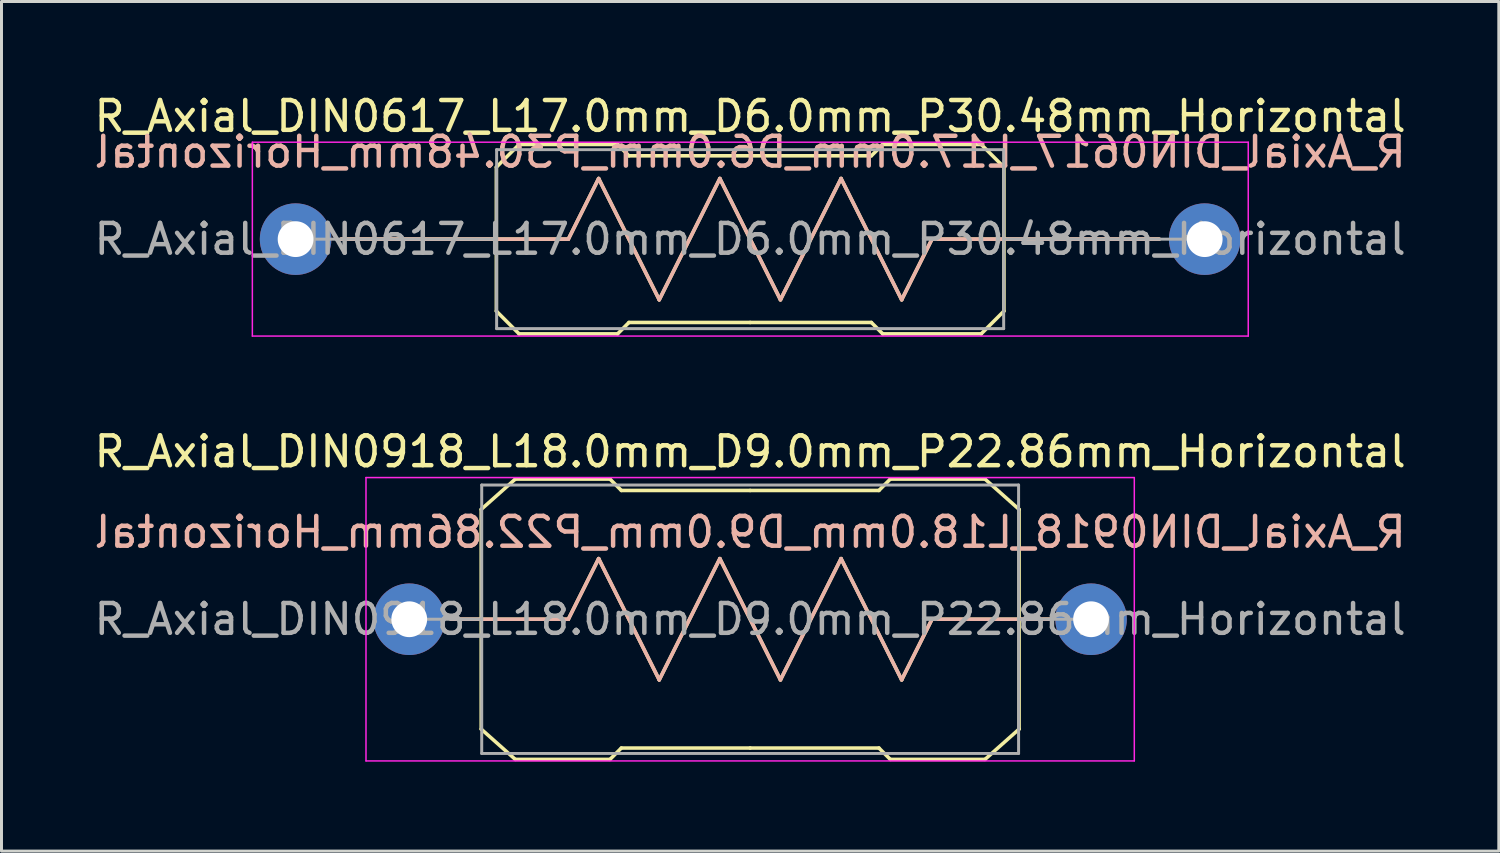
<source format=kicad_pcb>
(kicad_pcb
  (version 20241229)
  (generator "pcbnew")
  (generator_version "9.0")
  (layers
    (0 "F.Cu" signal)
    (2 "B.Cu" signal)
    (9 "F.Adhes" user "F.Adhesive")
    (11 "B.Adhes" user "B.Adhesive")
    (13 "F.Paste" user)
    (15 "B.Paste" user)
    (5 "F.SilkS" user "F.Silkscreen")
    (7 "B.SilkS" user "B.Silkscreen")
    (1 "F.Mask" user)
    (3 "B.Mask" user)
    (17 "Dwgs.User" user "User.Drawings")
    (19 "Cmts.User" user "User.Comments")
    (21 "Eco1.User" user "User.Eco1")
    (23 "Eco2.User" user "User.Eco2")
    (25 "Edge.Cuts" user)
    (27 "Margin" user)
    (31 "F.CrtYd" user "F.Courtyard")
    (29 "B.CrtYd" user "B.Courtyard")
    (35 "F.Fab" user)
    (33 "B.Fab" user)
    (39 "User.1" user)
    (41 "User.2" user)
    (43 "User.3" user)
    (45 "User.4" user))
  (footprint "R_Axial_DIN0617_L17.0mm_D6.0mm_P30.48mm_Horizontal"
    (layer "F.Cu")
    (at 6.861 4.968)
    (property "Reference" "R_Axial_DIN0617_L17.0mm_D6.0mm_P30.48mm_Horizontal" (at 15.24 -4.12 0) (layer "F.SilkS") (effects (font (size 1 1) (thickness 0.15))))
    (attr through_hole)
    (fp_line (start 6.731 -2.413) (end 6.731 2.413) (stroke (width 0.12) (type solid)) (layer "F.SilkS"))
    (fp_line (start 6.731 -2.413) (end 7.493 -3.175) (stroke (width 0.12) (type solid)) (layer "F.SilkS"))
    (fp_line (start 6.731 0) (end 1.524 0) (stroke (width 0.12) (type solid)) (layer "F.SilkS"))
    (fp_line (start 6.731 0) (end 9.144 0) (stroke (width 0.12) (type solid)) (layer "F.SilkS"))
    (fp_line (start 6.731 2.413) (end 7.493 3.175) (stroke (width 0.12) (type solid)) (layer "F.SilkS"))
    (fp_line (start 7.493 -3.175) (end 10.795 -3.175) (stroke (width 0.12) (type solid)) (layer "F.SilkS"))
    (fp_line (start 7.493 3.175) (end 10.795 3.175) (stroke (width 0.12) (type solid)) (layer "F.SilkS"))
    (fp_line (start 9.144 0) (end 10.16 -2.032) (stroke (width 0.12) (type solid)) (layer "F.SilkS"))
    (fp_line (start 10.16 -2.032) (end 12.192 2.032) (stroke (width 0.12) (type solid)) (layer "F.SilkS"))
    (fp_line (start 10.795 -3.175) (end 11.176 -2.794) (stroke (width 0.12) (type solid)) (layer "F.SilkS"))
    (fp_line (start 10.795 3.175) (end 11.176 2.794) (stroke (width 0.12) (type solid)) (layer "F.SilkS"))
    (fp_line (start 11.176 -2.794) (end 15.24 -2.794) (stroke (width 0.12) (type solid)) (layer "F.SilkS"))
    (fp_line (start 11.176 2.794) (end 15.24 2.794) (stroke (width 0.12) (type solid)) (layer "F.SilkS"))
    (fp_line (start 12.192 2.032) (end 14.224 -2.032) (stroke (width 0.12) (type solid)) (layer "F.SilkS"))
    (fp_line (start 14.224 -2.032) (end 16.256 2.032) (stroke (width 0.12) (type solid)) (layer "F.SilkS"))
    (fp_line (start 16.256 2.032) (end 18.288 -2.032) (stroke (width 0.12) (type solid)) (layer "F.SilkS"))
    (fp_line (start 18.288 -2.032) (end 20.32 2.032) (stroke (width 0.12) (type solid)) (layer "F.SilkS"))
    (fp_line (start 19.304 -2.794) (end 15.24 -2.794) (stroke (width 0.12) (type solid)) (layer "F.SilkS"))
    (fp_line (start 19.304 2.794) (end 15.24 2.794) (stroke (width 0.12) (type solid)) (layer "F.SilkS"))
    (fp_line (start 19.685 -3.175) (end 19.304 -2.794) (stroke (width 0.12) (type solid)) (layer "F.SilkS"))
    (fp_line (start 19.685 3.175) (end 19.304 2.794) (stroke (width 0.12) (type solid)) (layer "F.SilkS"))
    (fp_line (start 20.32 2.032) (end 21.336 0) (stroke (width 0.12) (type solid)) (layer "F.SilkS"))
    (fp_line (start 22.987 -3.175) (end 19.685 -3.175) (stroke (width 0.12) (type solid)) (layer "F.SilkS"))
    (fp_line (start 22.987 3.175) (end 19.685 3.175) (stroke (width 0.12) (type solid)) (layer "F.SilkS"))
    (fp_line (start 23.749 -2.413) (end 22.987 -3.175) (stroke (width 0.12) (type solid)) (layer "F.SilkS"))
    (fp_line (start 23.749 0) (end 21.336 0) (stroke (width 0.12) (type solid)) (layer "F.SilkS"))
    (fp_line (start 23.749 0) (end 28.956 0) (stroke (width 0.12) (type solid)) (layer "F.SilkS"))
    (fp_line (start 23.749 2.413) (end 22.987 3.175) (stroke (width 0.12) (type solid)) (layer "F.SilkS"))
    (fp_line (start 23.749 2.413) (end 23.749 -2.413) (stroke (width 0.12) (type solid)) (layer "F.SilkS"))
    (fp_line (start 1.524 0) (end 9.144 0) (stroke (width 0.12) (type solid)) (layer "B.SilkS"))
    (fp_line (start 9.144 0) (end 10.16 -2.032) (stroke (width 0.12) (type solid)) (layer "B.SilkS"))
    (fp_line (start 10.16 -2.032) (end 12.192 2.032) (stroke (width 0.12) (type solid)) (layer "B.SilkS"))
    (fp_line (start 12.192 2.032) (end 14.224 -2.032) (stroke (width 0.12) (type solid)) (layer "B.SilkS"))
    (fp_line (start 14.224 -2.032) (end 16.256 2.032) (stroke (width 0.12) (type solid)) (layer "B.SilkS"))
    (fp_line (start 16.256 2.032) (end 18.288 -2.032) (stroke (width 0.12) (type solid)) (layer "B.SilkS"))
    (fp_line (start 18.288 -2.032) (end 20.32 2.032) (stroke (width 0.12) (type solid)) (layer "B.SilkS"))
    (fp_line (start 20.32 2.032) (end 21.336 0) (stroke (width 0.12) (type solid)) (layer "B.SilkS"))
    (fp_line (start 21.336 0) (end 28.956 0) (stroke (width 0.12) (type solid)) (layer "B.SilkS"))
    (fp_line (start -1.45 -3.25) (end -1.45 3.25) (stroke (width 0.05) (type solid)) (layer "F.CrtYd"))
    (fp_line (start -1.45 3.25) (end 31.94 3.25) (stroke (width 0.05) (type solid)) (layer "F.CrtYd"))
    (fp_line (start 31.94 -3.25) (end -1.45 -3.25) (stroke (width 0.05) (type solid)) (layer "F.CrtYd"))
    (fp_line (start 31.94 3.25) (end 31.94 -3.25) (stroke (width 0.05) (type solid)) (layer "F.CrtYd"))
    (fp_line (start 0 0) (end 6.74 0) (stroke (width 0.1) (type solid)) (layer "F.Fab"))
    (fp_line (start 6.74 -3) (end 6.74 3) (stroke (width 0.1) (type solid)) (layer "F.Fab"))
    (fp_line (start 6.74 3) (end 23.74 3) (stroke (width 0.1) (type solid)) (layer "F.Fab"))
    (fp_line (start 23.74 -3) (end 6.74 -3) (stroke (width 0.1) (type solid)) (layer "F.Fab"))
    (fp_line (start 23.74 3) (end 23.74 -3) (stroke (width 0.1) (type solid)) (layer "F.Fab"))
    (fp_line (start 30.48 0) (end 23.74 0) (stroke (width 0.1) (type solid)) (layer "F.Fab"))
    (fp_text user "${REFERENCE}" (at 15.24 -2.921 0) (unlocked yes) (layer "B.SilkS") (effects (font (size 1 1) (thickness 0.15)) (justify mirror)))
    (fp_text user "${REFERENCE}" (at 15.24 0 0) (layer "F.Fab") (effects (font (size 1 1) (thickness 0.15))))
    (pad "1" thru_hole circle (at 0 0) (size 2.4 2.4) (drill 1.2) (layers "*.Cu" "*.Mask"))
    (pad "2" thru_hole oval (at 30.48 0) (size 2.4 2.4) (drill 1.2) (layers "*.Cu" "*.Mask")))
  (footprint "R_Axial_DIN0918_L18.0mm_D9.0mm_P22.86mm_Horizontal"
    (layer "F.Cu")
    (at 10.671 17.712)
    (property "Reference" "R_Axial_DIN0918_L18.0mm_D9.0mm_P22.86mm_Horizontal" (at 11.43 -5.62 0) (layer "F.SilkS") (effects (font (size 1 1) (thickness 0.15))))
    (attr through_hole)
    (fp_line (start 2.413 -3.683) (end 2.413 3.683) (stroke (width 0.12) (type solid)) (layer "F.SilkS"))
    (fp_line (start 2.413 -3.683) (end 3.556 -4.699) (stroke (width 0.12) (type solid)) (layer "F.SilkS"))
    (fp_line (start 2.413 0) (end 1.397 0) (stroke (width 0.12) (type solid)) (layer "F.SilkS"))
    (fp_line (start 2.413 0) (end 5.334 0) (stroke (width 0.12) (type solid)) (layer "F.SilkS"))
    (fp_line (start 2.413 3.683) (end 3.556 4.699) (stroke (width 0.12) (type solid)) (layer "F.SilkS"))
    (fp_line (start 3.556 -4.699) (end 6.731 -4.699) (stroke (width 0.12) (type solid)) (layer "F.SilkS"))
    (fp_line (start 3.556 4.699) (end 6.731 4.699) (stroke (width 0.12) (type solid)) (layer "F.SilkS"))
    (fp_line (start 5.334 0) (end 6.35 -2.032) (stroke (width 0.12) (type solid)) (layer "F.SilkS"))
    (fp_line (start 6.35 -2.032) (end 8.382 2.032) (stroke (width 0.12) (type solid)) (layer "F.SilkS"))
    (fp_line (start 6.731 -4.699) (end 7.112 -4.318) (stroke (width 0.12) (type solid)) (layer "F.SilkS"))
    (fp_line (start 6.731 4.699) (end 7.112 4.318) (stroke (width 0.12) (type solid)) (layer "F.SilkS"))
    (fp_line (start 7.112 -4.318) (end 11.43 -4.318) (stroke (width 0.12) (type solid)) (layer "F.SilkS"))
    (fp_line (start 7.112 4.318) (end 11.43 4.318) (stroke (width 0.12) (type solid)) (layer "F.SilkS"))
    (fp_line (start 8.382 2.032) (end 10.414 -2.032) (stroke (width 0.12) (type solid)) (layer "F.SilkS"))
    (fp_line (start 10.414 -2.032) (end 12.446 2.032) (stroke (width 0.12) (type solid)) (layer "F.SilkS"))
    (fp_line (start 12.446 2.032) (end 14.478 -2.032) (stroke (width 0.12) (type solid)) (layer "F.SilkS"))
    (fp_line (start 14.478 -2.032) (end 16.51 2.032) (stroke (width 0.12) (type solid)) (layer "F.SilkS"))
    (fp_line (start 15.748 -4.318) (end 11.43 -4.318) (stroke (width 0.12) (type solid)) (layer "F.SilkS"))
    (fp_line (start 15.748 4.318) (end 11.43 4.318) (stroke (width 0.12) (type solid)) (layer "F.SilkS"))
    (fp_line (start 16.129 -4.699) (end 15.748 -4.318) (stroke (width 0.12) (type solid)) (layer "F.SilkS"))
    (fp_line (start 16.129 4.699) (end 15.748 4.318) (stroke (width 0.12) (type solid)) (layer "F.SilkS"))
    (fp_line (start 16.51 2.032) (end 17.526 0) (stroke (width 0.12) (type solid)) (layer "F.SilkS"))
    (fp_line (start 19.304 -4.699) (end 16.129 -4.699) (stroke (width 0.12) (type solid)) (layer "F.SilkS"))
    (fp_line (start 19.304 4.699) (end 16.129 4.699) (stroke (width 0.12) (type solid)) (layer "F.SilkS"))
    (fp_line (start 20.447 -3.683) (end 19.304 -4.699) (stroke (width 0.12) (type solid)) (layer "F.SilkS"))
    (fp_line (start 20.447 -3.683) (end 20.447 3.683) (stroke (width 0.12) (type solid)) (layer "F.SilkS"))
    (fp_line (start 20.447 0) (end 17.526 0) (stroke (width 0.12) (type solid)) (layer "F.SilkS"))
    (fp_line (start 20.447 0) (end 21.463 0) (stroke (width 0.12) (type solid)) (layer "F.SilkS"))
    (fp_line (start 20.447 3.683) (end 19.304 4.699) (stroke (width 0.12) (type solid)) (layer "F.SilkS"))
    (fp_line (start 1.397 0) (end 5.334 0) (stroke (width 0.12) (type solid)) (layer "B.SilkS"))
    (fp_line (start 5.334 0) (end 6.35 -2.032) (stroke (width 0.12) (type solid)) (layer "B.SilkS"))
    (fp_line (start 6.35 -2.032) (end 8.382 2.032) (stroke (width 0.12) (type solid)) (layer "B.SilkS"))
    (fp_line (start 8.382 2.032) (end 10.414 -2.032) (stroke (width 0.12) (type solid)) (layer "B.SilkS"))
    (fp_line (start 10.414 -2.032) (end 12.446 2.032) (stroke (width 0.12) (type solid)) (layer "B.SilkS"))
    (fp_line (start 12.446 2.032) (end 14.478 -2.032) (stroke (width 0.12) (type solid)) (layer "B.SilkS"))
    (fp_line (start 14.478 -2.032) (end 16.51 2.032) (stroke (width 0.12) (type solid)) (layer "B.SilkS"))
    (fp_line (start 16.51 2.032) (end 17.526 0) (stroke (width 0.12) (type solid)) (layer "B.SilkS"))
    (fp_line (start 17.526 0) (end 21.463 0) (stroke (width 0.12) (type solid)) (layer "B.SilkS"))
    (fp_line (start -1.45 -4.75) (end -1.45 4.75) (stroke (width 0.05) (type solid)) (layer "F.CrtYd"))
    (fp_line (start -1.45 4.75) (end 24.31 4.75) (stroke (width 0.05) (type solid)) (layer "F.CrtYd"))
    (fp_line (start 24.31 -4.75) (end -1.45 -4.75) (stroke (width 0.05) (type solid)) (layer "F.CrtYd"))
    (fp_line (start 24.31 4.75) (end 24.31 -4.75) (stroke (width 0.05) (type solid)) (layer "F.CrtYd"))
    (fp_line (start 0 0) (end 2.43 0) (stroke (width 0.1) (type solid)) (layer "F.Fab"))
    (fp_line (start 2.43 -4.5) (end 2.43 4.5) (stroke (width 0.1) (type solid)) (layer "F.Fab"))
    (fp_line (start 2.43 4.5) (end 20.43 4.5) (stroke (width 0.1) (type solid)) (layer "F.Fab"))
    (fp_line (start 20.43 -4.5) (end 2.43 -4.5) (stroke (width 0.1) (type solid)) (layer "F.Fab"))
    (fp_line (start 20.43 4.5) (end 20.43 -4.5) (stroke (width 0.1) (type solid)) (layer "F.Fab"))
    (fp_line (start 22.86 0) (end 20.43 0) (stroke (width 0.1) (type solid)) (layer "F.Fab"))
    (fp_text user "${REFERENCE}" (at 11.43 -2.921 0) (unlocked yes) (layer "B.SilkS") (effects (font (size 1 1) (thickness 0.15)) (justify mirror)))
    (fp_text user "${REFERENCE}" (at 11.43 0 0) (layer "F.Fab") (effects (font (size 1 1) (thickness 0.15))))
    (pad "1" thru_hole circle (at 0 0) (size 2.4 2.4) (drill 1.2) (layers "*.Cu" "*.Mask"))
    (pad "2" thru_hole oval (at 22.86 0) (size 2.4 2.4) (drill 1.2) (layers "*.Cu" "*.Mask")))
  (gr_rect
    (start -3 -3)
    (end 47.202 25.486)
    (stroke (width 0.1) (type default))
    (fill no)
    (layer "Edge.Cuts")))
</source>
